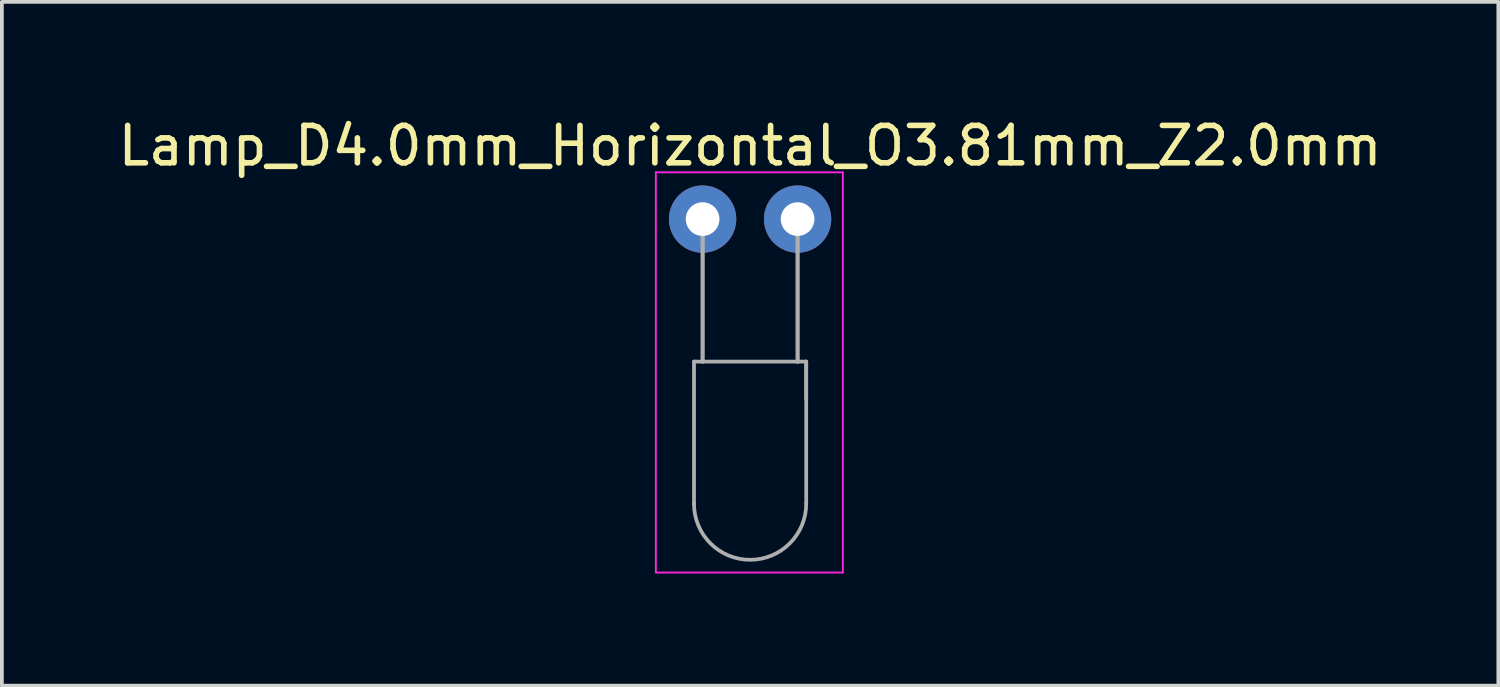
<source format=kicad_pcb>
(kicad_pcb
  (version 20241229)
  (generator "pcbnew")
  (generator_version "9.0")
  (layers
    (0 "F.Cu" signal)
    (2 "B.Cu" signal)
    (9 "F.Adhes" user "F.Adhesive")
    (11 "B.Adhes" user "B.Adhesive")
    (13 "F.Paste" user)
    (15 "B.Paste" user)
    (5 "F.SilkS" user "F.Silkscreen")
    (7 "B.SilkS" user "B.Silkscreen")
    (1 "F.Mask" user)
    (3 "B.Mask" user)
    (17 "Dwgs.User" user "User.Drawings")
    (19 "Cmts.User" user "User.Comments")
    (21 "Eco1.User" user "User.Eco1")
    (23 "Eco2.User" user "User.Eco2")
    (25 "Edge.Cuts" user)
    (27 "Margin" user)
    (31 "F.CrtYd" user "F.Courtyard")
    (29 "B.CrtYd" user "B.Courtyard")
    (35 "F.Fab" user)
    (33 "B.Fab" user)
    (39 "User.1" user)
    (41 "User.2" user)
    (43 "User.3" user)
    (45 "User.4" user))
  (footprint "Lamp_D4.0mm_Horizontal_O3.81mm_Z2.0mm"
    (layer "F.Cu")
    (at 15.736 2.808)
    (property "Reference" "Lamp_D4.0mm_Horizontal_O3.81mm_Z2.0mm" (at 1.27 -1.96 180) (layer "F.SilkS") (effects (font (size 1 1) (thickness 0.15))))
    (attr through_hole)
    (fp_line (start -1.25 -1.25) (end -1.25 9.45) (stroke (width 0.05) (type solid)) (layer "F.CrtYd"))
    (fp_line (start -1.25 9.45) (end 3.75 9.45) (stroke (width 0.05) (type solid)) (layer "F.CrtYd"))
    (fp_line (start 3.75 -1.25) (end -1.25 -1.25) (stroke (width 0.05) (type solid)) (layer "F.CrtYd"))
    (fp_line (start 3.75 9.45) (end 3.75 -1.25) (stroke (width 0.05) (type solid)) (layer "F.CrtYd"))
    (fp_line (start -0.23 3.81) (end -0.23 7.61) (stroke (width 0.1) (type solid)) (layer "F.Fab"))
    (fp_line (start -0.23 3.81) (end 2.77 3.81) (stroke (width 0.1) (type solid)) (layer "F.Fab"))
    (fp_line (start 0 0) (end 0 0) (stroke (width 0.1) (type solid)) (layer "F.Fab"))
    (fp_line (start 0 0) (end 0 3.81) (stroke (width 0.1) (type solid)) (layer "F.Fab"))
    (fp_line (start 0 3.81) (end 0 0) (stroke (width 0.1) (type solid)) (layer "F.Fab"))
    (fp_line (start 0 3.81) (end 0 3.81) (stroke (width 0.1) (type solid)) (layer "F.Fab"))
    (fp_line (start 2.54 0) (end 2.54 0) (stroke (width 0.1) (type solid)) (layer "F.Fab"))
    (fp_line (start 2.54 0) (end 2.54 3.81) (stroke (width 0.1) (type solid)) (layer "F.Fab"))
    (fp_line (start 2.54 3.81) (end 2.54 0) (stroke (width 0.1) (type solid)) (layer "F.Fab"))
    (fp_line (start 2.54 3.81) (end 2.54 3.81) (stroke (width 0.1) (type solid)) (layer "F.Fab"))
    (fp_line (start 2.77 3.81) (end 2.77 7.61) (stroke (width 0.1) (type solid)) (layer "F.Fab"))
    (fp_line (start 2.77 4.81) (end 2.77 3.81) (stroke (width 0.1) (type solid)) (layer "F.Fab"))
    (fp_arc (start 2.77 7.61) (mid 1.27 9.11) (end -0.23 7.61) (stroke (width 0.1) (type solid)) (layer "F.Fab"))
    (pad "1" thru_hole circle (at 0 0) (size 1.8 1.8) (drill 0.9) (layers "*.Cu" "*.Mask"))
    (pad "2" thru_hole circle (at 2.54 0) (size 1.8 1.8) (drill 0.9) (layers "*.Cu" "*.Mask")))
  (gr_rect
    (start -3 -3)
    (end 37.012 15.283)
    (stroke (width 0.1) (type default))
    (fill no)
    (layer "Edge.Cuts")))
</source>
